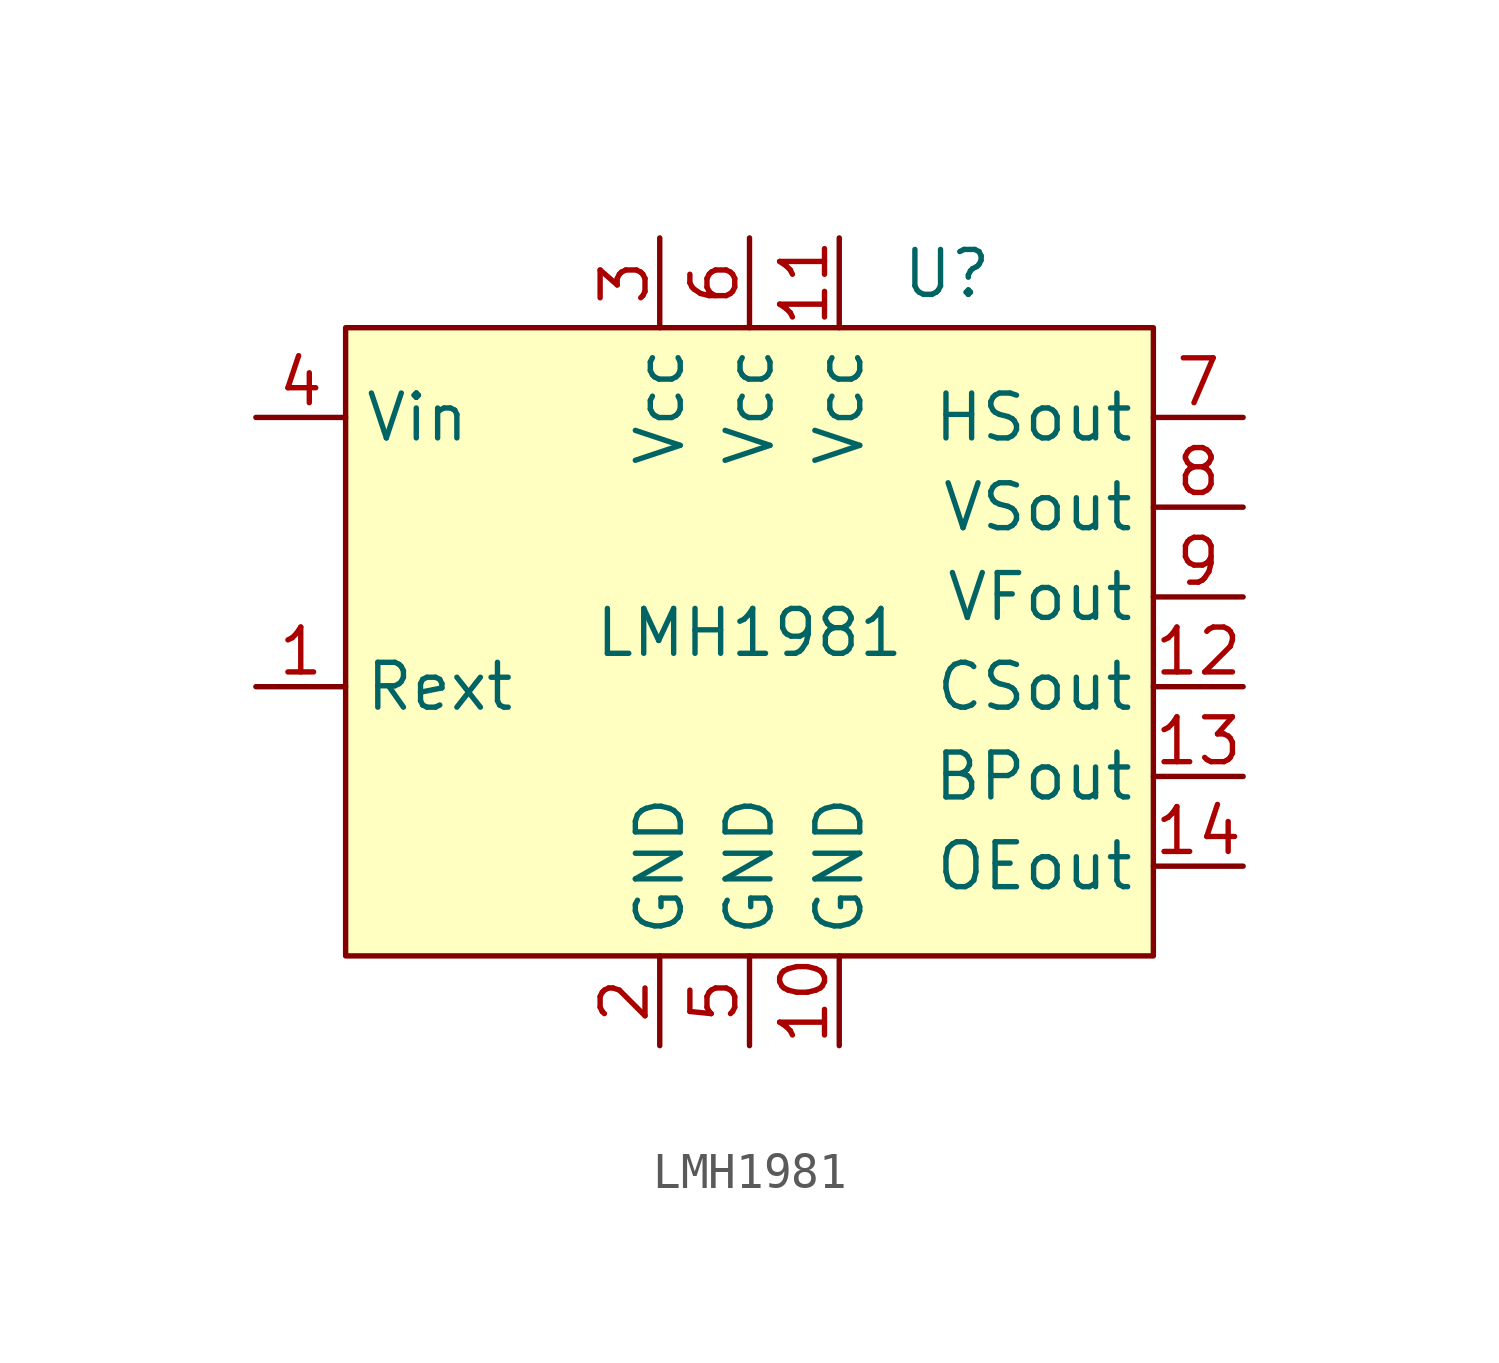
<source format=kicad_sym>
(kicad_symbol_lib
  (version 20231120)
  (generator "kicad_symbol_editor")
  (generator_version "8.0")
  (symbol "LMH1981"
    (property "Reference" "U"
      (at 5.588 10.414 0)
      (effects (font (size 1.27 1.27))))
    (property "Value" "LMH1981"
      (at 0 0.254 0)
      (effects (font (size 1.27 1.27))))
    (symbol "LMH1981_1_1"
      (rectangle (start -11.43 8.89) (end 11.43 -8.89) (stroke (width 0) (type default)) (fill (type background)))
      (pin input line (at -13.97 -1.27 0) (length 2.54) (name "Rext" (effects (font (size 1.27 1.27)))) (number "1" (effects (font (size 1.27 1.27)))))
      (pin power_in line (at 2.54 -11.43 90) (length 2.54) (name "GND" (effects (font (size 1.27 1.27)))) (number "10" (effects (font (size 1.27 1.27)))))
      (pin power_in line (at 2.54 11.43 270) (length 2.54) (name "Vcc" (effects (font (size 1.27 1.27)))) (number "11" (effects (font (size 1.27 1.27)))))
      (pin output line (at 13.97 -1.27 180) (length 2.54) (name "CSout" (effects (font (size 1.27 1.27)))) (number "12" (effects (font (size 1.27 1.27)))))
      (pin output line (at 13.97 -3.81 180) (length 2.54) (name "BPout" (effects (font (size 1.27 1.27)))) (number "13" (effects (font (size 1.27 1.27)))))
      (pin output line (at 13.97 -6.35 180) (length 2.54) (name "OEout" (effects (font (size 1.27 1.27)))) (number "14" (effects (font (size 1.27 1.27)))))
      (pin power_in line (at -2.54 -11.43 90) (length 2.54) (name "GND" (effects (font (size 1.27 1.27)))) (number "2" (effects (font (size 1.27 1.27)))))
      (pin power_in line (at -2.54 11.43 270) (length 2.54) (name "Vcc" (effects (font (size 1.27 1.27)))) (number "3" (effects (font (size 1.27 1.27)))))
      (pin input line (at -13.97 6.35 0) (length 2.54) (name "Vin" (effects (font (size 1.27 1.27)))) (number "4" (effects (font (size 1.27 1.27)))))
      (pin power_in line (at 0 -11.43 90) (length 2.54) (name "GND" (effects (font (size 1.27 1.27)))) (number "5" (effects (font (size 1.27 1.27)))))
      (pin power_in line (at 0 11.43 270) (length 2.54) (name "Vcc" (effects (font (size 1.27 1.27)))) (number "6" (effects (font (size 1.27 1.27)))))
      (pin output line (at 13.97 6.35 180) (length 2.54) (name "HSout" (effects (font (size 1.27 1.27)))) (number "7" (effects (font (size 1.27 1.27)))))
      (pin output line (at 13.97 3.81 180) (length 2.54) (name "VSout" (effects (font (size 1.27 1.27)))) (number "8" (effects (font (size 1.27 1.27)))))
      (pin output line (at 13.97 1.27 180) (length 2.54) (name "VFout" (effects (font (size 1.27 1.27)))) (number "9" (effects (font (size 1.27 1.27))))))))
</source>
